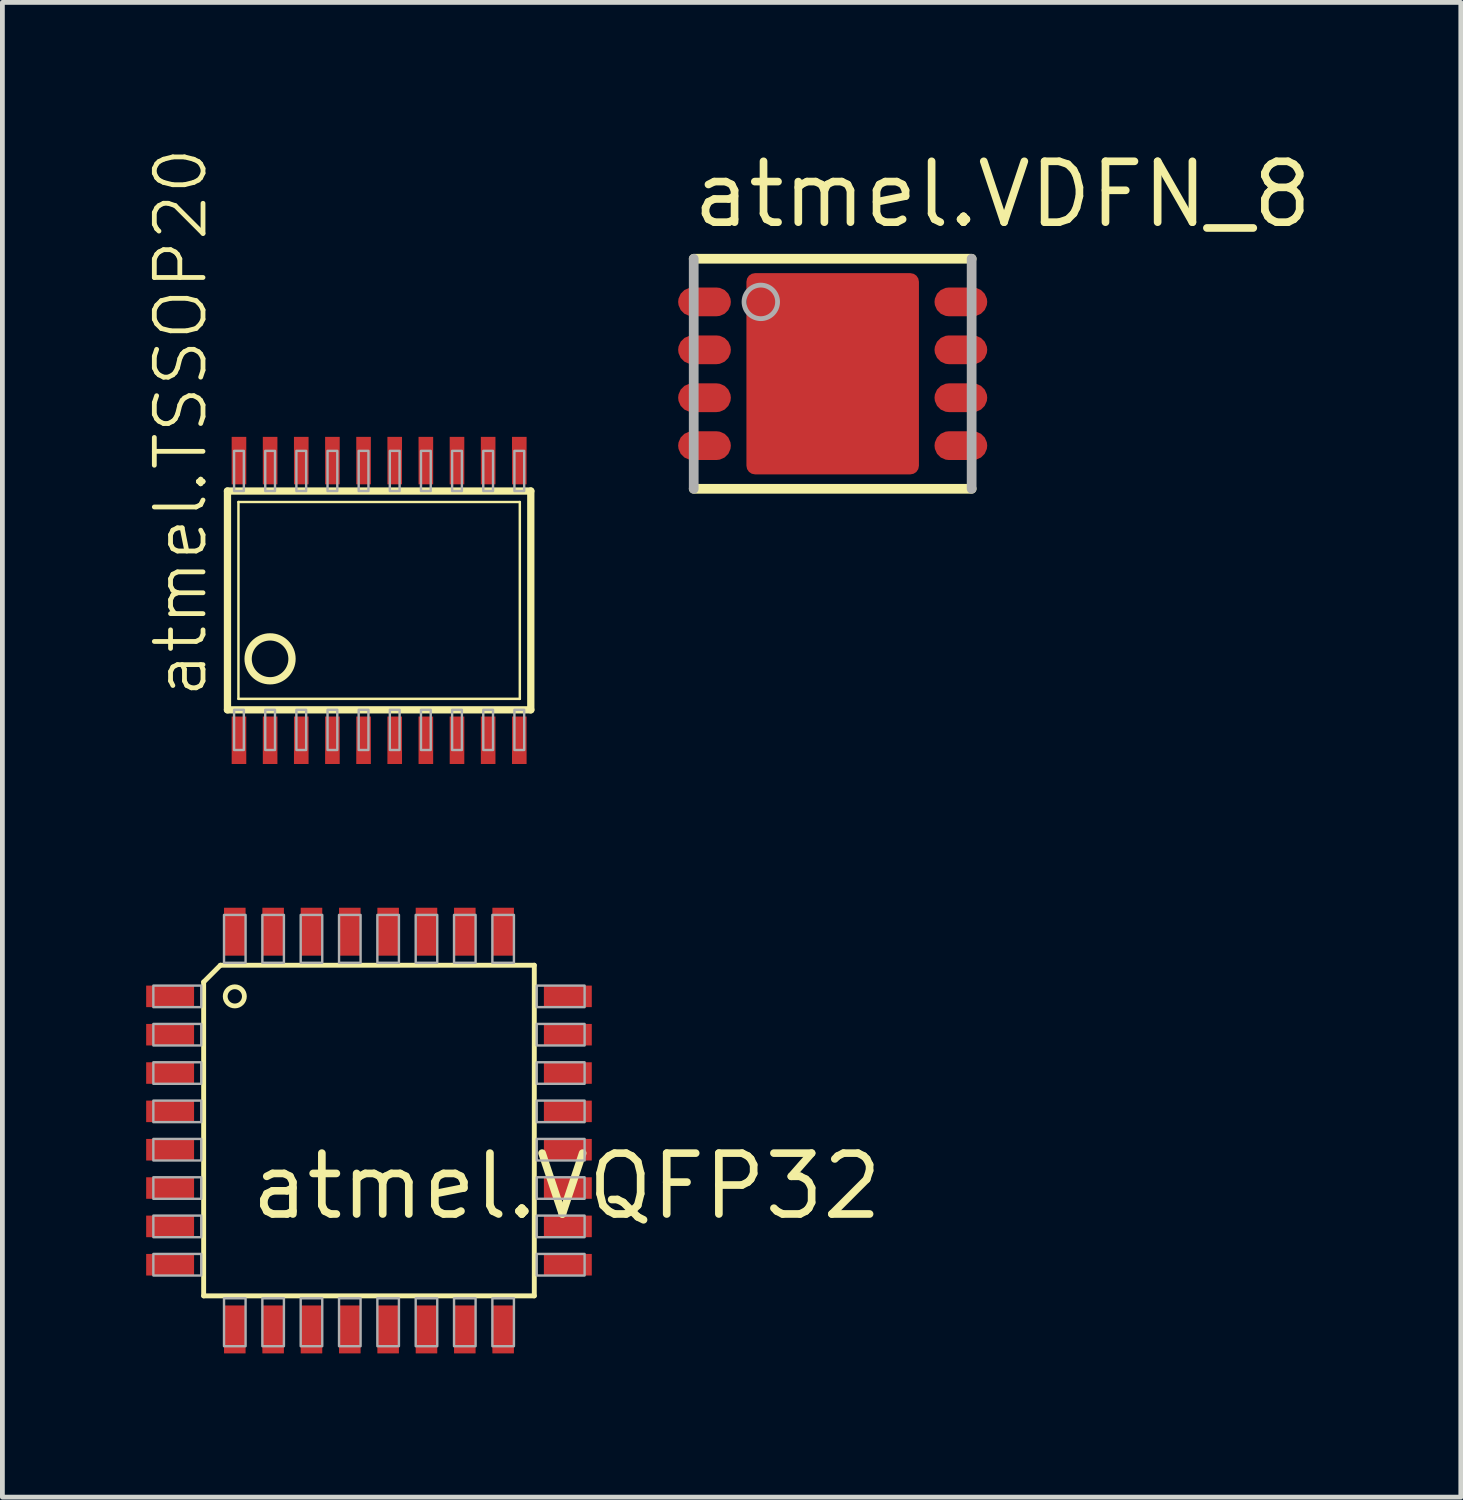
<source format=kicad_pcb>
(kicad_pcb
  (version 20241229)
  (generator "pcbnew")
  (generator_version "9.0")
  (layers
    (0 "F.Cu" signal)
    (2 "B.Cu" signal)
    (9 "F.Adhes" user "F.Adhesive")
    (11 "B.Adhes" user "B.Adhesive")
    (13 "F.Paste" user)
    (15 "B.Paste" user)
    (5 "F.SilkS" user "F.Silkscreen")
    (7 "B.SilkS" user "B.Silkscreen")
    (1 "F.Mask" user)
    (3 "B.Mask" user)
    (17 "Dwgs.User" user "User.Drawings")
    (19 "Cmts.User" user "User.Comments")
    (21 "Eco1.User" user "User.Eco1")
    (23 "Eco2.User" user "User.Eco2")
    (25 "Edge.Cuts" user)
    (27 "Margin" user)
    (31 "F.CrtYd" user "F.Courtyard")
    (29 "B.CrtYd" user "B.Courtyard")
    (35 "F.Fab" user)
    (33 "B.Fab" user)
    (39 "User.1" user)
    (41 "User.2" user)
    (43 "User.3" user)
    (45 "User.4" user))
  (footprint "atmel.VQFP32"
    (layer "F.Cu")
    (at 4.65 20.543)
    (property "Reference" "atmel.VQFP32" (at -2.54 1.905 0) (layer "F.SilkS") (effects (font (size 1.27 1.27) (thickness 0.16)) (justify left bottom)))
    (attr smd)
    (fp_line (start -3.45 -3.1) (end -3.1 -3.45) (stroke (width 0.102) (type default)) (layer "F.SilkS"))
    (fp_line (start -3.45 3.45) (end -3.45 -3.1) (stroke (width 0.102) (type default)) (layer "F.SilkS"))
    (fp_line (start -3.1 -3.45) (end 3.45 -3.45) (stroke (width 0.102) (type default)) (layer "F.SilkS"))
    (fp_line (start 3.45 -3.45) (end 3.45 3.45) (stroke (width 0.102) (type default)) (layer "F.SilkS"))
    (fp_line (start 3.45 3.45) (end -3.45 3.45) (stroke (width 0.102) (type default)) (layer "F.SilkS"))
    (fp_circle (center -2.8 -2.8) (end -2.6 -2.8) (stroke (width 0.1) (type default)) (fill no) (layer "F.SilkS"))
    (fp_rect (start -4.5 -2.575) (end -3.5 -3.025) (stroke (width 0.05) (type default)) (fill no) (layer "F.Fab"))
    (fp_rect (start -4.5 -1.775) (end -3.5 -2.225) (stroke (width 0.05) (type default)) (fill no) (layer "F.Fab"))
    (fp_rect (start -4.5 -0.975) (end -3.5 -1.425) (stroke (width 0.05) (type default)) (fill no) (layer "F.Fab"))
    (fp_rect (start -4.5 -0.175) (end -3.5 -0.625) (stroke (width 0.05) (type default)) (fill no) (layer "F.Fab"))
    (fp_rect (start -4.5 0.625) (end -3.5 0.175) (stroke (width 0.05) (type default)) (fill no) (layer "F.Fab"))
    (fp_rect (start -4.5 1.425) (end -3.5 0.975) (stroke (width 0.05) (type default)) (fill no) (layer "F.Fab"))
    (fp_rect (start -4.5 2.225) (end -3.5 1.775) (stroke (width 0.05) (type default)) (fill no) (layer "F.Fab"))
    (fp_rect (start -4.5 3.025) (end -3.5 2.575) (stroke (width 0.05) (type default)) (fill no) (layer "F.Fab"))
    (fp_rect (start -3.025 -3.5) (end -2.575 -4.5) (stroke (width 0.05) (type default)) (fill no) (layer "F.Fab"))
    (fp_rect (start -3.025 4.5) (end -2.575 3.5) (stroke (width 0.05) (type default)) (fill no) (layer "F.Fab"))
    (fp_rect (start -2.225 -3.5) (end -1.775 -4.5) (stroke (width 0.05) (type default)) (fill no) (layer "F.Fab"))
    (fp_rect (start -2.225 4.5) (end -1.775 3.5) (stroke (width 0.05) (type default)) (fill no) (layer "F.Fab"))
    (fp_rect (start -1.425 -3.5) (end -0.975 -4.5) (stroke (width 0.05) (type default)) (fill no) (layer "F.Fab"))
    (fp_rect (start -1.425 4.5) (end -0.975 3.5) (stroke (width 0.05) (type default)) (fill no) (layer "F.Fab"))
    (fp_rect (start -0.625 -3.5) (end -0.175 -4.5) (stroke (width 0.05) (type default)) (fill no) (layer "F.Fab"))
    (fp_rect (start -0.625 4.5) (end -0.175 3.5) (stroke (width 0.05) (type default)) (fill no) (layer "F.Fab"))
    (fp_rect (start 0.175 -3.5) (end 0.625 -4.5) (stroke (width 0.05) (type default)) (fill no) (layer "F.Fab"))
    (fp_rect (start 0.175 4.5) (end 0.625 3.5) (stroke (width 0.05) (type default)) (fill no) (layer "F.Fab"))
    (fp_rect (start 0.975 -3.5) (end 1.425 -4.5) (stroke (width 0.05) (type default)) (fill no) (layer "F.Fab"))
    (fp_rect (start 0.975 4.5) (end 1.425 3.5) (stroke (width 0.05) (type default)) (fill no) (layer "F.Fab"))
    (fp_rect (start 1.775 -3.5) (end 2.225 -4.5) (stroke (width 0.05) (type default)) (fill no) (layer "F.Fab"))
    (fp_rect (start 1.775 4.5) (end 2.225 3.5) (stroke (width 0.05) (type default)) (fill no) (layer "F.Fab"))
    (fp_rect (start 2.575 -3.5) (end 3.025 -4.5) (stroke (width 0.05) (type default)) (fill no) (layer "F.Fab"))
    (fp_rect (start 2.575 4.5) (end 3.025 3.5) (stroke (width 0.05) (type default)) (fill no) (layer "F.Fab"))
    (fp_rect (start 3.5 -2.575) (end 4.5 -3.025) (stroke (width 0.05) (type default)) (fill no) (layer "F.Fab"))
    (fp_rect (start 3.5 -1.775) (end 4.5 -2.225) (stroke (width 0.05) (type default)) (fill no) (layer "F.Fab"))
    (fp_rect (start 3.5 -0.975) (end 4.5 -1.425) (stroke (width 0.05) (type default)) (fill no) (layer "F.Fab"))
    (fp_rect (start 3.5 -0.175) (end 4.5 -0.625) (stroke (width 0.05) (type default)) (fill no) (layer "F.Fab"))
    (fp_rect (start 3.5 0.625) (end 4.5 0.175) (stroke (width 0.05) (type default)) (fill no) (layer "F.Fab"))
    (fp_rect (start 3.5 1.425) (end 4.5 0.975) (stroke (width 0.05) (type default)) (fill no) (layer "F.Fab"))
    (fp_rect (start 3.5 2.225) (end 4.5 1.775) (stroke (width 0.05) (type default)) (fill no) (layer "F.Fab"))
    (fp_rect (start 3.5 3.025) (end 4.5 2.575) (stroke (width 0.05) (type default)) (fill no) (layer "F.Fab"))
    (pad "1" smd roundrect (at -4.15 -2.8) (size 1 0.45) (layers "F.Cu" "F.Mask" "F.Paste") (roundrect_rratio 0.01))
    (pad "2" smd roundrect (at -4.15 -2) (size 1 0.45) (layers "F.Cu" "F.Mask" "F.Paste") (roundrect_rratio 0.01))
    (pad "3" smd roundrect (at -4.15 -1.2) (size 1 0.45) (layers "F.Cu" "F.Mask" "F.Paste") (roundrect_rratio 0.01))
    (pad "4" smd roundrect (at -4.15 -0.4) (size 1 0.45) (layers "F.Cu" "F.Mask" "F.Paste") (roundrect_rratio 0.01))
    (pad "5" smd roundrect (at -4.15 0.4) (size 1 0.45) (layers "F.Cu" "F.Mask" "F.Paste") (roundrect_rratio 0.01))
    (pad "6" smd roundrect (at -4.15 1.2) (size 1 0.45) (layers "F.Cu" "F.Mask" "F.Paste") (roundrect_rratio 0.01))
    (pad "7" smd roundrect (at -4.15 2) (size 1 0.45) (layers "F.Cu" "F.Mask" "F.Paste") (roundrect_rratio 0.01))
    (pad "8" smd roundrect (at -4.15 2.8) (size 1 0.45) (layers "F.Cu" "F.Mask" "F.Paste") (roundrect_rratio 0.01))
    (pad "9" smd roundrect (at -2.8 4.15 90) (size 1 0.45) (layers "F.Cu" "F.Mask" "F.Paste") (roundrect_rratio 0.01))
    (pad "10" smd roundrect (at -2 4.15 90) (size 1 0.45) (layers "F.Cu" "F.Mask" "F.Paste") (roundrect_rratio 0.01))
    (pad "11" smd roundrect (at -1.2 4.15 90) (size 1 0.45) (layers "F.Cu" "F.Mask" "F.Paste") (roundrect_rratio 0.01))
    (pad "12" smd roundrect (at -0.4 4.15 90) (size 1 0.45) (layers "F.Cu" "F.Mask" "F.Paste") (roundrect_rratio 0.01))
    (pad "13" smd roundrect (at 0.4 4.15 90) (size 1 0.45) (layers "F.Cu" "F.Mask" "F.Paste") (roundrect_rratio 0.01))
    (pad "14" smd roundrect (at 1.2 4.15 90) (size 1 0.45) (layers "F.Cu" "F.Mask" "F.Paste") (roundrect_rratio 0.01))
    (pad "15" smd roundrect (at 2 4.15 90) (size 1 0.45) (layers "F.Cu" "F.Mask" "F.Paste") (roundrect_rratio 0.01))
    (pad "16" smd roundrect (at 2.8 4.15 90) (size 1 0.45) (layers "F.Cu" "F.Mask" "F.Paste") (roundrect_rratio 0.01))
    (pad "17" smd roundrect (at 4.15 2.8 180) (size 1 0.45) (layers "F.Cu" "F.Mask" "F.Paste") (roundrect_rratio 0.01))
    (pad "18" smd roundrect (at 4.15 2 180) (size 1 0.45) (layers "F.Cu" "F.Mask" "F.Paste") (roundrect_rratio 0.01))
    (pad "19" smd roundrect (at 4.15 1.2 180) (size 1 0.45) (layers "F.Cu" "F.Mask" "F.Paste") (roundrect_rratio 0.01))
    (pad "20" smd roundrect (at 4.15 0.4 180) (size 1 0.45) (layers "F.Cu" "F.Mask" "F.Paste") (roundrect_rratio 0.01))
    (pad "21" smd roundrect (at 4.15 -0.4 180) (size 1 0.45) (layers "F.Cu" "F.Mask" "F.Paste") (roundrect_rratio 0.01))
    (pad "22" smd roundrect (at 4.15 -1.2 180) (size 1 0.45) (layers "F.Cu" "F.Mask" "F.Paste") (roundrect_rratio 0.01))
    (pad "23" smd roundrect (at 4.15 -2 180) (size 1 0.45) (layers "F.Cu" "F.Mask" "F.Paste") (roundrect_rratio 0.01))
    (pad "24" smd roundrect (at 4.15 -2.8 180) (size 1 0.45) (layers "F.Cu" "F.Mask" "F.Paste") (roundrect_rratio 0.01))
    (pad "25" smd roundrect (at 2.8 -4.15 270) (size 1 0.45) (layers "F.Cu" "F.Mask" "F.Paste") (roundrect_rratio 0.01))
    (pad "26" smd roundrect (at 2 -4.15 270) (size 1 0.45) (layers "F.Cu" "F.Mask" "F.Paste") (roundrect_rratio 0.01))
    (pad "27" smd roundrect (at 1.2 -4.15 270) (size 1 0.45) (layers "F.Cu" "F.Mask" "F.Paste") (roundrect_rratio 0.01))
    (pad "28" smd roundrect (at 0.4 -4.15 270) (size 1 0.45) (layers "F.Cu" "F.Mask" "F.Paste") (roundrect_rratio 0.01))
    (pad "29" smd roundrect (at -0.4 -4.15 270) (size 1 0.45) (layers "F.Cu" "F.Mask" "F.Paste") (roundrect_rratio 0.01))
    (pad "30" smd roundrect (at -1.2 -4.15 270) (size 1 0.45) (layers "F.Cu" "F.Mask" "F.Paste") (roundrect_rratio 0.01))
    (pad "31" smd roundrect (at -2 -4.15 270) (size 1 0.45) (layers "F.Cu" "F.Mask" "F.Paste") (roundrect_rratio 0.01))
    (pad "32" smd roundrect (at -2.8 -4.15 270) (size 1 0.45) (layers "F.Cu" "F.Mask" "F.Paste") (roundrect_rratio 0.01)))
  (footprint "atmel.VDFN_8"
    (layer "F.Cu")
    (at 14.327 4.75)
    (property "Reference" "atmel.VDFN_8" (at -3 -3 0) (layer "F.SilkS") (effects (font (size 1.27 1.27) (thickness 0.16)) (justify left bottom)))
    (attr smd)
    (fp_poly (pts (xy -1.7 -2) (xy 1.7 -2) (xy 1.7 2) (xy -1.7 2) (xy -1.7 -1.4) (xy -1.7 -1.9)) (stroke (width 0.254) (type default)) (fill yes) (layer "F.Mask"))
    (fp_line (start -2.9 2.4) (end 2.9 2.4) (stroke (width 0.203) (type default)) (layer "F.SilkS"))
    (fp_line (start 2.9 -2.4) (end -2.9 -2.4) (stroke (width 0.203) (type default)) (layer "F.SilkS"))
    (fp_rect (start -1.3 1.7) (end 1.3 -1.7) (stroke (width 0.05) (type default)) (fill yes) (layer "F.Paste"))
    (fp_line (start -2.9 -2.4) (end -2.9 2.4) (stroke (width 0.203) (type default)) (layer "F.Fab"))
    (fp_line (start 2.9 2.4) (end 2.9 -2.4) (stroke (width 0.203) (type default)) (layer "F.Fab"))
    (fp_circle (center -1.5 -1.5) (end -1.15 -1.5) (stroke (width 0.1) (type default)) (fill no) (layer "F.Fab"))
    (pad "1" smd roundrect (at -2.675 -1.5) (size 1.1 0.6) (layers "F.Cu" "F.Mask" "F.Paste") (roundrect_rratio 0.5))
    (pad "2" smd roundrect (at -2.675 -0.5) (size 1.1 0.6) (layers "F.Cu" "F.Mask" "F.Paste") (roundrect_rratio 0.5))
    (pad "3" smd roundrect (at -2.675 0.5) (size 1.1 0.6) (layers "F.Cu" "F.Mask" "F.Paste") (roundrect_rratio 0.5))
    (pad "4" smd roundrect (at -2.675 1.5) (size 1.1 0.6) (layers "F.Cu" "F.Mask" "F.Paste") (roundrect_rratio 0.5))
    (pad "5" smd roundrect (at 2.675 1.5 180) (size 1.1 0.6) (layers "F.Cu" "F.Mask" "F.Paste") (roundrect_rratio 0.5))
    (pad "6" smd roundrect (at 2.675 0.5 180) (size 1.1 0.6) (layers "F.Cu" "F.Mask" "F.Paste") (roundrect_rratio 0.5))
    (pad "7" smd roundrect (at 2.675 -0.5 180) (size 1.1 0.6) (layers "F.Cu" "F.Mask" "F.Paste") (roundrect_rratio 0.5))
    (pad "8" smd roundrect (at 2.675 -1.5 180) (size 1.1 0.6) (layers "F.Cu" "F.Mask" "F.Paste") (roundrect_rratio 0.5))
    (pad "9" smd roundrect (at 0 0) (size 3.6 4.2) (layers "F.Cu" "F.Mask" "F.Paste") (roundrect_rratio 0.05)))
  (footprint "atmel.TSSOP20"
    (layer "F.Cu")
    (at 4.862 9.48)
    (property "Reference" "atmel.TSSOP20" (at -3.546 2.083 90) (layer "F.SilkS") (effects (font (size 1.016 1.016) (thickness 0.1)) (justify left bottom)))
    (attr smd)
    (fp_line (start -3.165 2.283) (end -3.165 -2.283) (stroke (width 0.152) (type default)) (layer "F.SilkS"))
    (fp_line (start -3.165 2.283) (end 3.165 2.283) (stroke (width 0.152) (type default)) (layer "F.SilkS"))
    (fp_line (start -2.936 2.054) (end -2.936 -2.054) (stroke (width 0.051) (type default)) (layer "F.SilkS"))
    (fp_line (start -2.936 2.054) (end 2.936 2.054) (stroke (width 0.051) (type default)) (layer "F.SilkS"))
    (fp_line (start 2.936 -2.054) (end -2.936 -2.054) (stroke (width 0.051) (type default)) (layer "F.SilkS"))
    (fp_line (start 2.936 -2.054) (end 2.936 2.054) (stroke (width 0.051) (type default)) (layer "F.SilkS"))
    (fp_line (start 3.165 -2.283) (end -3.165 -2.283) (stroke (width 0.152) (type default)) (layer "F.SilkS"))
    (fp_line (start 3.165 -2.283) (end 3.165 2.283) (stroke (width 0.152) (type default)) (layer "F.SilkS"))
    (fp_circle (center -2.276 1.219) (end -1.818 1.219) (stroke (width 0.152) (type default)) (fill no) (layer "F.SilkS"))
    (fp_rect (start -3.027 -2.283) (end -2.823 -3.121) (stroke (width 0.05) (type default)) (fill no) (layer "F.Fab"))
    (fp_rect (start -3.027 3.121) (end -2.823 2.283) (stroke (width 0.05) (type default)) (fill no) (layer "F.Fab"))
    (fp_rect (start -2.377 -2.283) (end -2.173 -3.121) (stroke (width 0.05) (type default)) (fill no) (layer "F.Fab"))
    (fp_rect (start -2.377 3.121) (end -2.173 2.283) (stroke (width 0.05) (type default)) (fill no) (layer "F.Fab"))
    (fp_rect (start -1.727 -2.283) (end -1.523 -3.121) (stroke (width 0.05) (type default)) (fill no) (layer "F.Fab"))
    (fp_rect (start -1.727 3.121) (end -1.523 2.283) (stroke (width 0.05) (type default)) (fill no) (layer "F.Fab"))
    (fp_rect (start -1.077 -2.283) (end -0.873 -3.121) (stroke (width 0.05) (type default)) (fill no) (layer "F.Fab"))
    (fp_rect (start -1.077 3.121) (end -0.873 2.283) (stroke (width 0.05) (type default)) (fill no) (layer "F.Fab"))
    (fp_rect (start -0.427 -2.283) (end -0.223 -3.121) (stroke (width 0.05) (type default)) (fill no) (layer "F.Fab"))
    (fp_rect (start -0.427 3.121) (end -0.223 2.283) (stroke (width 0.05) (type default)) (fill no) (layer "F.Fab"))
    (fp_rect (start 0.223 -2.283) (end 0.427 -3.121) (stroke (width 0.05) (type default)) (fill no) (layer "F.Fab"))
    (fp_rect (start 0.223 3.121) (end 0.427 2.283) (stroke (width 0.05) (type default)) (fill no) (layer "F.Fab"))
    (fp_rect (start 0.873 -2.283) (end 1.077 -3.121) (stroke (width 0.05) (type default)) (fill no) (layer "F.Fab"))
    (fp_rect (start 0.873 3.121) (end 1.077 2.283) (stroke (width 0.05) (type default)) (fill no) (layer "F.Fab"))
    (fp_rect (start 1.523 -2.283) (end 1.727 -3.121) (stroke (width 0.05) (type default)) (fill no) (layer "F.Fab"))
    (fp_rect (start 1.523 3.121) (end 1.727 2.283) (stroke (width 0.05) (type default)) (fill no) (layer "F.Fab"))
    (fp_rect (start 2.173 -2.283) (end 2.377 -3.121) (stroke (width 0.05) (type default)) (fill no) (layer "F.Fab"))
    (fp_rect (start 2.173 3.121) (end 2.377 2.283) (stroke (width 0.05) (type default)) (fill no) (layer "F.Fab"))
    (fp_rect (start 2.823 -2.283) (end 3.027 -3.121) (stroke (width 0.05) (type default)) (fill no) (layer "F.Fab"))
    (fp_rect (start 2.823 3.121) (end 3.027 2.283) (stroke (width 0.05) (type default)) (fill no) (layer "F.Fab"))
    (pad "1" smd roundrect (at -2.925 2.918) (size 0.305 0.991) (layers "F.Cu" "F.Mask" "F.Paste") (roundrect_rratio 0.01))
    (pad "2" smd roundrect (at -2.275 2.918) (size 0.305 0.991) (layers "F.Cu" "F.Mask" "F.Paste") (roundrect_rratio 0.01))
    (pad "3" smd roundrect (at -1.625 2.918) (size 0.305 0.991) (layers "F.Cu" "F.Mask" "F.Paste") (roundrect_rratio 0.01))
    (pad "4" smd roundrect (at -0.975 2.918) (size 0.305 0.991) (layers "F.Cu" "F.Mask" "F.Paste") (roundrect_rratio 0.01))
    (pad "5" smd roundrect (at -0.325 2.918) (size 0.305 0.991) (layers "F.Cu" "F.Mask" "F.Paste") (roundrect_rratio 0.01))
    (pad "6" smd roundrect (at 0.325 2.918) (size 0.305 0.991) (layers "F.Cu" "F.Mask" "F.Paste") (roundrect_rratio 0.01))
    (pad "7" smd roundrect (at 0.975 2.918) (size 0.305 0.991) (layers "F.Cu" "F.Mask" "F.Paste") (roundrect_rratio 0.01))
    (pad "8" smd roundrect (at 1.625 2.918) (size 0.305 0.991) (layers "F.Cu" "F.Mask" "F.Paste") (roundrect_rratio 0.01))
    (pad "9" smd roundrect (at 2.275 2.918) (size 0.305 0.991) (layers "F.Cu" "F.Mask" "F.Paste") (roundrect_rratio 0.01))
    (pad "10" smd roundrect (at 2.925 2.918) (size 0.305 0.991) (layers "F.Cu" "F.Mask" "F.Paste") (roundrect_rratio 0.01))
    (pad "11" smd roundrect (at 2.925 -2.918) (size 0.305 0.991) (layers "F.Cu" "F.Mask" "F.Paste") (roundrect_rratio 0.01))
    (pad "12" smd roundrect (at 2.275 -2.918) (size 0.305 0.991) (layers "F.Cu" "F.Mask" "F.Paste") (roundrect_rratio 0.01))
    (pad "13" smd roundrect (at 1.625 -2.918) (size 0.305 0.991) (layers "F.Cu" "F.Mask" "F.Paste") (roundrect_rratio 0.01))
    (pad "14" smd roundrect (at 0.975 -2.918) (size 0.305 0.991) (layers "F.Cu" "F.Mask" "F.Paste") (roundrect_rratio 0.01))
    (pad "15" smd roundrect (at 0.325 -2.918) (size 0.305 0.991) (layers "F.Cu" "F.Mask" "F.Paste") (roundrect_rratio 0.01))
    (pad "16" smd roundrect (at -0.325 -2.918) (size 0.305 0.991) (layers "F.Cu" "F.Mask" "F.Paste") (roundrect_rratio 0.01))
    (pad "17" smd roundrect (at -0.975 -2.918) (size 0.305 0.991) (layers "F.Cu" "F.Mask" "F.Paste") (roundrect_rratio 0.01))
    (pad "18" smd roundrect (at -1.625 -2.918) (size 0.305 0.991) (layers "F.Cu" "F.Mask" "F.Paste") (roundrect_rratio 0.01))
    (pad "19" smd roundrect (at -2.275 -2.918) (size 0.305 0.991) (layers "F.Cu" "F.Mask" "F.Paste") (roundrect_rratio 0.01))
    (pad "20" smd roundrect (at -2.925 -2.918) (size 0.305 0.991) (layers "F.Cu" "F.Mask" "F.Paste") (roundrect_rratio 0.01)))
  (gr_rect
    (start -3 -3)
    (end 27.435 28.193)
    (stroke (width 0.1) (type default))
    (fill no)
    (layer "Edge.Cuts")))
</source>
